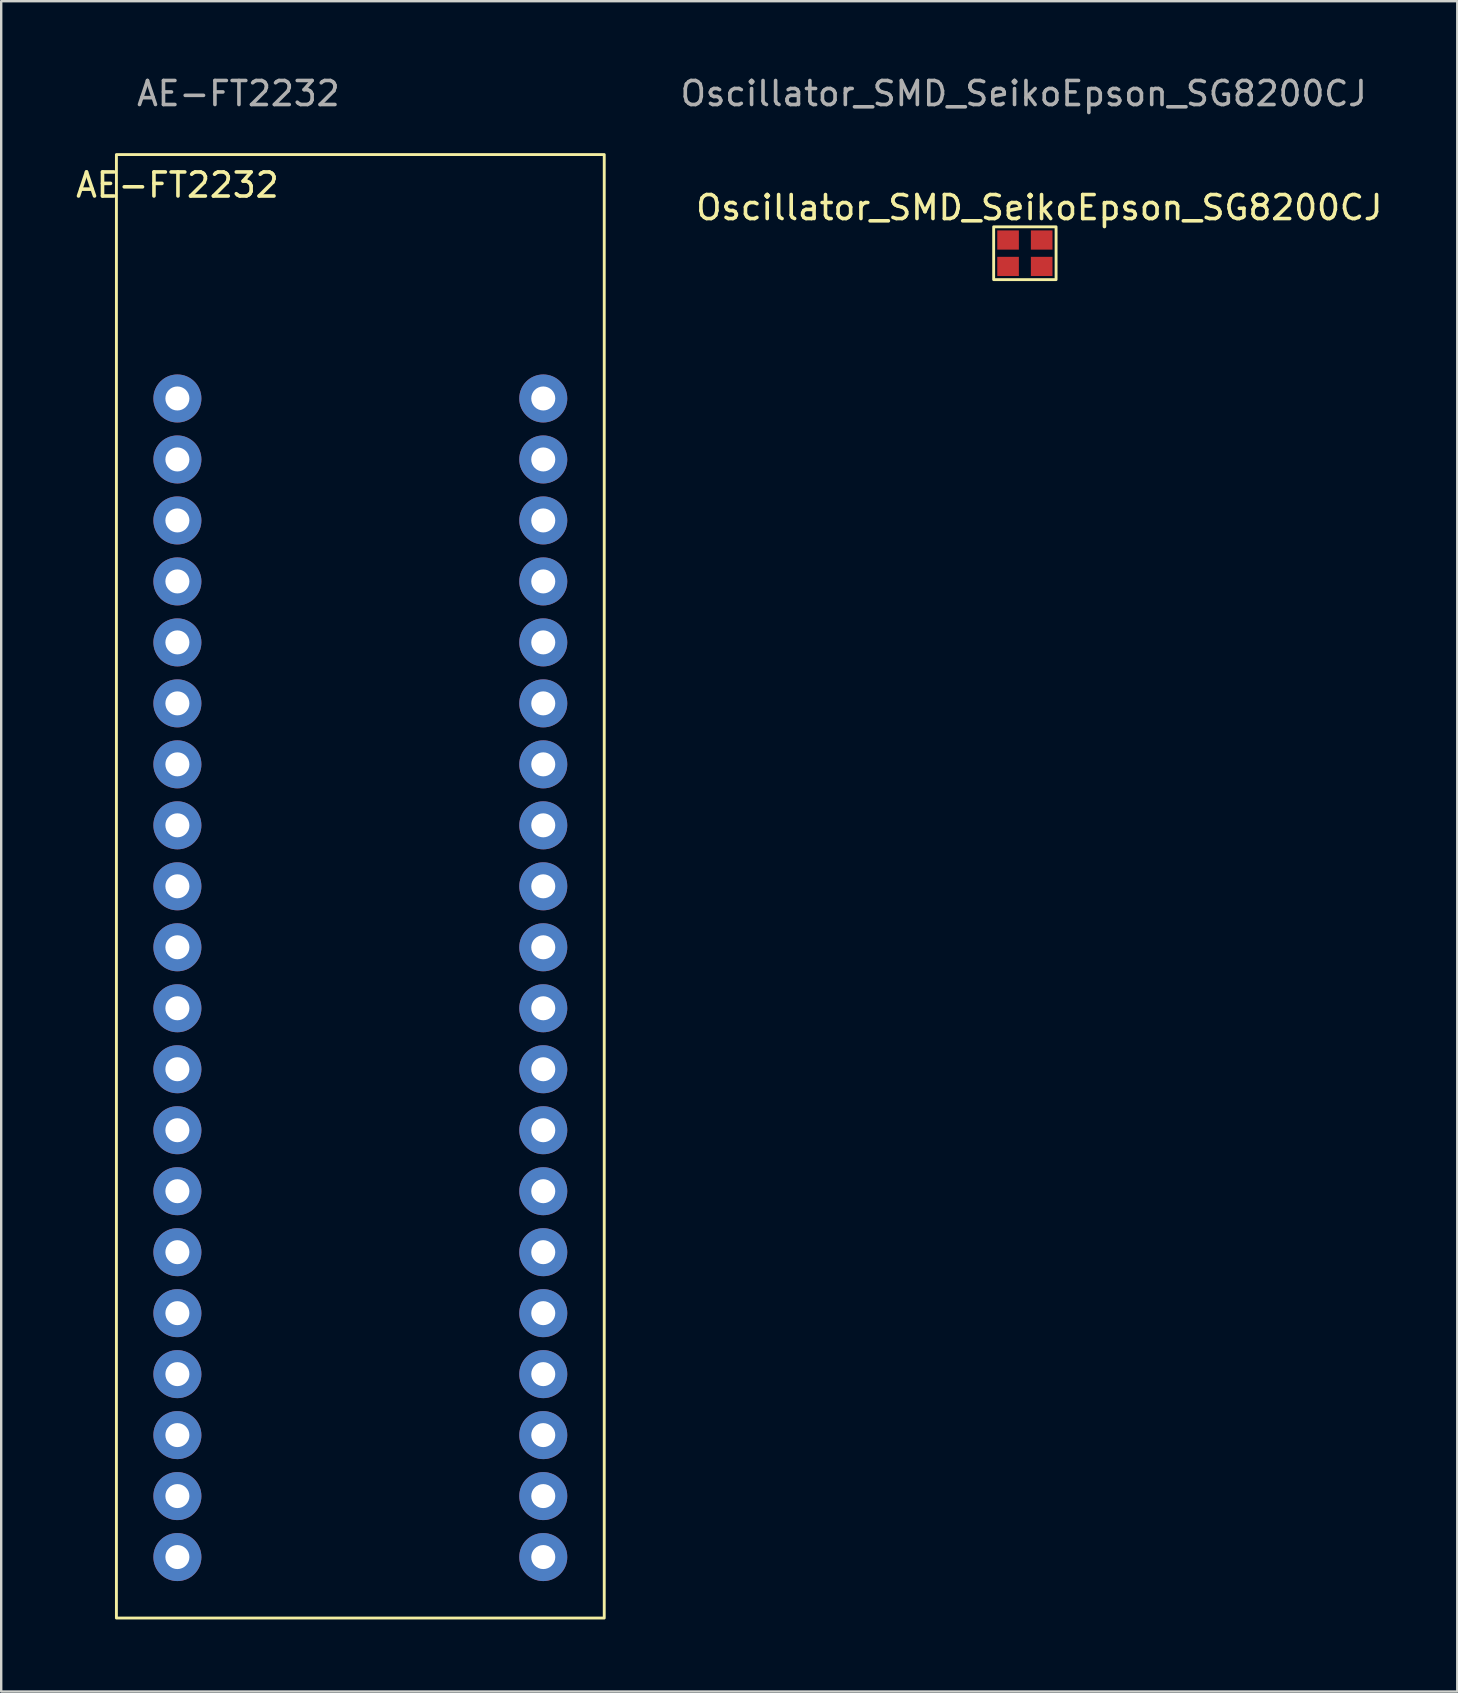
<source format=kicad_pcb>
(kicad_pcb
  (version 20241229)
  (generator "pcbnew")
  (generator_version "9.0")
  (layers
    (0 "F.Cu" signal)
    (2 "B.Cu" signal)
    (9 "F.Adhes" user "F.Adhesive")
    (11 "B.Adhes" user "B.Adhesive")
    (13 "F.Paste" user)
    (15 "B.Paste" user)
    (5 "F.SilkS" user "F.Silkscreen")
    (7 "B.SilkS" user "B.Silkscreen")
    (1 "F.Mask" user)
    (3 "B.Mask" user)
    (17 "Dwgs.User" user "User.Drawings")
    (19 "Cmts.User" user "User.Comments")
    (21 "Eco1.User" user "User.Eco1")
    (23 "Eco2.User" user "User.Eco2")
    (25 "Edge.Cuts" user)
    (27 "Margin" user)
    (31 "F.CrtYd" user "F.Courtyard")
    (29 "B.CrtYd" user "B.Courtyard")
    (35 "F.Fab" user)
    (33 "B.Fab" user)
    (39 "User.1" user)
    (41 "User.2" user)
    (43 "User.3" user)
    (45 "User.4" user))
  (footprint "Oscillator_SMD_SeikoEpson_SG8200CJ"
    (layer "F.Cu")
    (at 39.64 7.498)
    (property "Reference" "Oscillator_SMD_SeikoEpson_SG8200CJ" (at 0.6 -1.9 0) (layer "F.SilkS") (effects (font (size 1 1) (thickness 0.15))))
    (attr smd)
    (fp_rect (start -1.3 -1.1) (end 1.3 1.1) (stroke (width 0.12) (type default)) (fill no) (layer "F.SilkS"))
    (fp_text user "${REFERENCE}" (at -0.05 -6.65 0) (layer "F.Fab") (effects (font (size 1 1) (thickness 0.15))))
    (pad "1" smd rect (at -0.7 0.55) (size 0.9 0.8) (layers "F.Cu" "F.Mask" "F.Paste"))
    (pad "2" smd rect (at 0.7 0.55) (size 0.9 0.8) (layers "F.Cu" "F.Mask" "F.Paste"))
    (pad "3" smd rect (at 0.7 -0.55) (size 0.9 0.8) (layers "F.Cu" "F.Mask" "F.Paste"))
    (pad "4" smd rect (at -0.7 -0.55) (size 0.9 0.8) (layers "F.Cu" "F.Mask" "F.Paste")))
  (footprint "AE-FT2232"
    (layer "F.Cu")
    (at 4.339 13.548)
    (property "Reference" "AE-FT2232" (at 0 -8.89 0) (unlocked yes) (layer "F.SilkS") (effects (font (size 1 1) (thickness 0.15))))
    (attr through_hole)
    (fp_rect (start -2.54 -10.16) (end 17.78 50.8) (stroke (width 0.12) (type default)) (fill no) (layer "F.SilkS"))
    (fp_text user "${REFERENCE}" (at 2.54 -12.7 0) (unlocked yes) (layer "F.Fab") (effects (font (size 1 1) (thickness 0.15))))
    (pad "1" thru_hole circle (at 15.24 48.26) (size 2 2) (drill 1) (layers "*.Cu" "*.Mask"))
    (pad "2" thru_hole circle (at 15.24 45.72) (size 2 2) (drill 1) (layers "*.Cu" "*.Mask"))
    (pad "3" thru_hole circle (at 15.24 43.18) (size 2 2) (drill 1) (layers "*.Cu" "*.Mask"))
    (pad "4" thru_hole circle (at 15.24 40.64) (size 2 2) (drill 1) (layers "*.Cu" "*.Mask"))
    (pad "5" thru_hole circle (at 15.24 38.1) (size 2 2) (drill 1) (layers "*.Cu" "*.Mask"))
    (pad "6" thru_hole circle (at 15.24 35.56) (size 2 2) (drill 1) (layers "*.Cu" "*.Mask"))
    (pad "7" thru_hole circle (at 15.24 33.02) (size 2 2) (drill 1) (layers "*.Cu" "*.Mask"))
    (pad "8" thru_hole circle (at 15.24 30.48) (size 2 2) (drill 1) (layers "*.Cu" "*.Mask"))
    (pad "9" thru_hole circle (at 15.24 27.94) (size 2 2) (drill 1) (layers "*.Cu" "*.Mask"))
    (pad "10" thru_hole circle (at 15.24 25.4) (size 2 2) (drill 1) (layers "*.Cu" "*.Mask"))
    (pad "11" thru_hole circle (at 15.24 22.86) (size 2 2) (drill 1) (layers "*.Cu" "*.Mask"))
    (pad "12" thru_hole circle (at 15.24 20.32) (size 2 2) (drill 1) (layers "*.Cu" "*.Mask"))
    (pad "13" thru_hole circle (at 15.24 17.78) (size 2 2) (drill 1) (layers "*.Cu" "*.Mask"))
    (pad "14" thru_hole circle (at 15.24 15.24) (size 2 2) (drill 1) (layers "*.Cu" "*.Mask"))
    (pad "15" thru_hole circle (at 15.24 12.7) (size 2 2) (drill 1) (layers "*.Cu" "*.Mask"))
    (pad "16" thru_hole circle (at 15.24 10.16) (size 2 2) (drill 1) (layers "*.Cu" "*.Mask"))
    (pad "17" thru_hole circle (at 15.24 7.62) (size 2 2) (drill 1) (layers "*.Cu" "*.Mask"))
    (pad "18" thru_hole circle (at 15.24 5.08) (size 2 2) (drill 1) (layers "*.Cu" "*.Mask"))
    (pad "19" thru_hole circle (at 15.24 2.54) (size 2 2) (drill 1) (layers "*.Cu" "*.Mask"))
    (pad "20" thru_hole circle (at 15.24 0) (size 2 2) (drill 1) (layers "*.Cu" "*.Mask"))
    (pad "21" thru_hole circle (at 0 0) (size 2 2) (drill 1) (layers "*.Cu" "*.Mask"))
    (pad "22" thru_hole circle (at 0 2.54) (size 2 2) (drill 1) (layers "*.Cu" "*.Mask"))
    (pad "23" thru_hole circle (at 0 5.08) (size 2 2) (drill 1) (layers "*.Cu" "*.Mask"))
    (pad "24" thru_hole circle (at 0 7.62) (size 2 2) (drill 1) (layers "*.Cu" "*.Mask"))
    (pad "25" thru_hole circle (at 0 10.16) (size 2 2) (drill 1) (layers "*.Cu" "*.Mask"))
    (pad "26" thru_hole circle (at 0 12.7) (size 2 2) (drill 1) (layers "*.Cu" "*.Mask"))
    (pad "27" thru_hole circle (at 0 15.24) (size 2 2) (drill 1) (layers "*.Cu" "*.Mask"))
    (pad "28" thru_hole circle (at 0 17.78) (size 2 2) (drill 1) (layers "*.Cu" "*.Mask"))
    (pad "29" thru_hole circle (at 0 20.32) (size 2 2) (drill 1) (layers "*.Cu" "*.Mask"))
    (pad "30" thru_hole circle (at 0 22.86) (size 2 2) (drill 1) (layers "*.Cu" "*.Mask"))
    (pad "31" thru_hole circle (at 0 25.4) (size 2 2) (drill 1) (layers "*.Cu" "*.Mask"))
    (pad "32" thru_hole circle (at 0 27.94) (size 2 2) (drill 1) (layers "*.Cu" "*.Mask"))
    (pad "33" thru_hole circle (at 0 30.48) (size 2 2) (drill 1) (layers "*.Cu" "*.Mask"))
    (pad "34" thru_hole circle (at 0 33.02) (size 2 2) (drill 1) (layers "*.Cu" "*.Mask"))
    (pad "35" thru_hole circle (at 0 35.56) (size 2 2) (drill 1) (layers "*.Cu" "*.Mask"))
    (pad "36" thru_hole circle (at 0 38.1) (size 2 2) (drill 1) (layers "*.Cu" "*.Mask"))
    (pad "37" thru_hole circle (at 0 40.64) (size 2 2) (drill 1) (layers "*.Cu" "*.Mask"))
    (pad "38" thru_hole circle (at 0 43.18) (size 2 2) (drill 1) (layers "*.Cu" "*.Mask"))
    (pad "39" thru_hole circle (at 0 45.72) (size 2 2) (drill 1) (layers "*.Cu" "*.Mask"))
    (pad "40" thru_hole circle (at 0 48.26) (size 2 2) (drill 1) (layers "*.Cu" "*.Mask")))
  (gr_rect
    (start -3 -3)
    (end 57.651 67.408)
    (stroke (width 0.1) (type default))
    (fill no)
    (layer "Edge.Cuts")))
</source>
